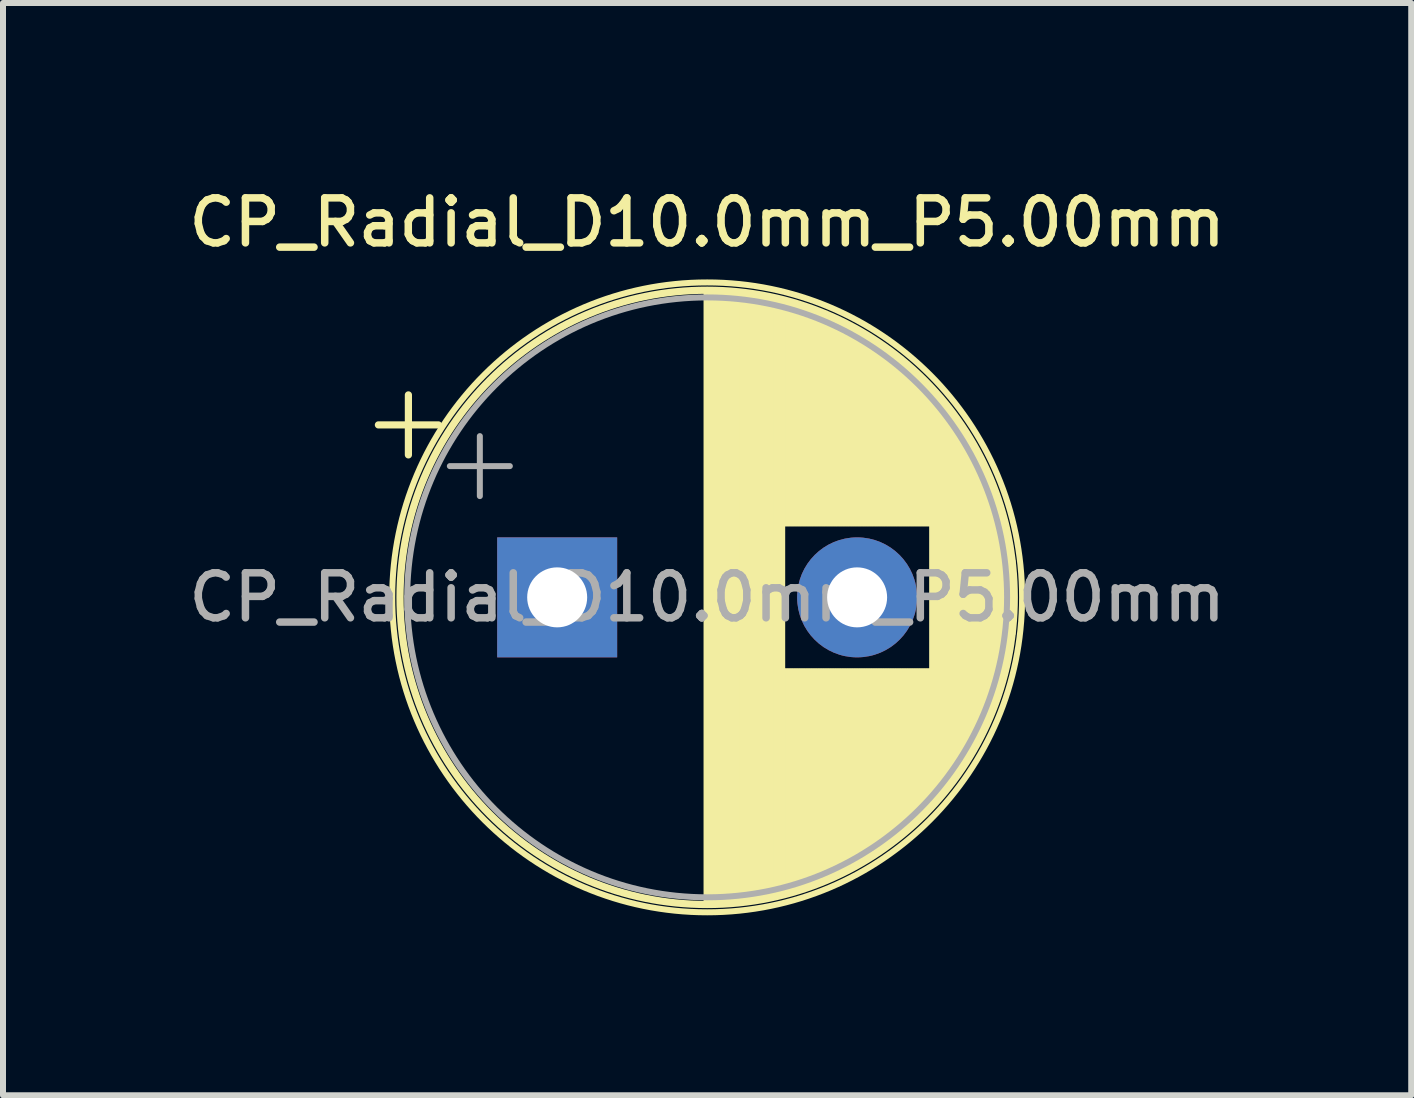
<source format=kicad_pcb>
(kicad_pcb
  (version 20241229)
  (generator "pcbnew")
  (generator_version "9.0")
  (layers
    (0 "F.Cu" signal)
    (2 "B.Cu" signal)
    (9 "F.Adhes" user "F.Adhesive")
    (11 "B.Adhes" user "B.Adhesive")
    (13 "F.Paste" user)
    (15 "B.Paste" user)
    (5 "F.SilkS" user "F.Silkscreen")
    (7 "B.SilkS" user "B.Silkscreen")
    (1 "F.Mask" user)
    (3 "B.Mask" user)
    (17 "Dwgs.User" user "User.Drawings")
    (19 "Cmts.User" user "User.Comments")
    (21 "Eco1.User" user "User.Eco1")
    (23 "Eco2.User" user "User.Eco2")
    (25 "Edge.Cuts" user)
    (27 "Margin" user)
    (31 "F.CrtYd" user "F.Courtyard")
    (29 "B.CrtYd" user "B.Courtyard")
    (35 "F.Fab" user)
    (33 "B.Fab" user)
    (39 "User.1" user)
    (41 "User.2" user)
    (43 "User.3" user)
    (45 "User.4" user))
  (footprint "CP_Radial_D10.0mm_P5.00mm"
    (layer "F.Cu")
    (at 6.238 6.908)
    (property "Reference" "CP_Radial_D10.0mm_P5.00mm" (at 2.5 -6.25 0) (layer "F.SilkS") (effects (font (size 0.75 0.75) (thickness 0.125))))
    (attr through_hole)
    (fp_line (start -2.98 -2.875) (end -1.98 -2.875) (stroke (width 0.12) (type solid)) (layer "F.SilkS"))
    (fp_line (start -2.48 -3.375) (end -2.48 -2.375) (stroke (width 0.12) (type solid)) (layer "F.SilkS"))
    (fp_line (start 2.5 -5.08) (end 2.5 5.08) (stroke (width 0.12) (type solid)) (layer "F.SilkS"))
    (fp_line (start 2.54 -5.08) (end 2.54 5.08) (stroke (width 0.12) (type solid)) (layer "F.SilkS"))
    (fp_line (start 2.58 -5.08) (end 2.58 5.08) (stroke (width 0.12) (type solid)) (layer "F.SilkS"))
    (fp_line (start 2.62 -5.079) (end 2.62 5.079) (stroke (width 0.12) (type solid)) (layer "F.SilkS"))
    (fp_line (start 2.66 -5.078) (end 2.66 5.078) (stroke (width 0.12) (type solid)) (layer "F.SilkS"))
    (fp_line (start 2.7 -5.077) (end 2.7 5.077) (stroke (width 0.12) (type solid)) (layer "F.SilkS"))
    (fp_line (start 2.74 -5.075) (end 2.74 5.075) (stroke (width 0.12) (type solid)) (layer "F.SilkS"))
    (fp_line (start 2.78 -5.073) (end 2.78 5.073) (stroke (width 0.12) (type solid)) (layer "F.SilkS"))
    (fp_line (start 2.82 -5.07) (end 2.82 5.07) (stroke (width 0.12) (type solid)) (layer "F.SilkS"))
    (fp_line (start 2.86 -5.068) (end 2.86 5.068) (stroke (width 0.12) (type solid)) (layer "F.SilkS"))
    (fp_line (start 2.9 -5.065) (end 2.9 5.065) (stroke (width 0.12) (type solid)) (layer "F.SilkS"))
    (fp_line (start 2.94 -5.062) (end 2.94 5.062) (stroke (width 0.12) (type solid)) (layer "F.SilkS"))
    (fp_line (start 2.98 -5.058) (end 2.98 5.058) (stroke (width 0.12) (type solid)) (layer "F.SilkS"))
    (fp_line (start 3.02 -5.054) (end 3.02 5.054) (stroke (width 0.12) (type solid)) (layer "F.SilkS"))
    (fp_line (start 3.06 -5.05) (end 3.06 5.05) (stroke (width 0.12) (type solid)) (layer "F.SilkS"))
    (fp_line (start 3.1 -5.045) (end 3.1 5.045) (stroke (width 0.12) (type solid)) (layer "F.SilkS"))
    (fp_line (start 3.14 -5.04) (end 3.14 5.04) (stroke (width 0.12) (type solid)) (layer "F.SilkS"))
    (fp_line (start 3.18 -5.035) (end 3.18 5.035) (stroke (width 0.12) (type solid)) (layer "F.SilkS"))
    (fp_line (start 3.221 -5.03) (end 3.221 5.03) (stroke (width 0.12) (type solid)) (layer "F.SilkS"))
    (fp_line (start 3.261 -5.024) (end 3.261 5.024) (stroke (width 0.12) (type solid)) (layer "F.SilkS"))
    (fp_line (start 3.301 -5.018) (end 3.301 5.018) (stroke (width 0.12) (type solid)) (layer "F.SilkS"))
    (fp_line (start 3.341 -5.011) (end 3.341 5.011) (stroke (width 0.12) (type solid)) (layer "F.SilkS"))
    (fp_line (start 3.381 -5.004) (end 3.381 5.004) (stroke (width 0.12) (type solid)) (layer "F.SilkS"))
    (fp_line (start 3.421 -4.997) (end 3.421 4.997) (stroke (width 0.12) (type solid)) (layer "F.SilkS"))
    (fp_line (start 3.461 -4.99) (end 3.461 4.99) (stroke (width 0.12) (type solid)) (layer "F.SilkS"))
    (fp_line (start 3.501 -4.982) (end 3.501 4.982) (stroke (width 0.12) (type solid)) (layer "F.SilkS"))
    (fp_line (start 3.541 -4.974) (end 3.541 4.974) (stroke (width 0.12) (type solid)) (layer "F.SilkS"))
    (fp_line (start 3.581 -4.965) (end 3.581 4.965) (stroke (width 0.12) (type solid)) (layer "F.SilkS"))
    (fp_line (start 3.621 -4.956) (end 3.621 4.956) (stroke (width 0.12) (type solid)) (layer "F.SilkS"))
    (fp_line (start 3.661 -4.947) (end 3.661 4.947) (stroke (width 0.12) (type solid)) (layer "F.SilkS"))
    (fp_line (start 3.701 -4.938) (end 3.701 4.938) (stroke (width 0.12) (type solid)) (layer "F.SilkS"))
    (fp_line (start 3.741 -4.928) (end 3.741 4.928) (stroke (width 0.12) (type solid)) (layer "F.SilkS"))
    (fp_line (start 3.781 -4.918) (end 3.781 -1.241) (stroke (width 0.12) (type solid)) (layer "F.SilkS"))
    (fp_line (start 3.781 1.241) (end 3.781 4.918) (stroke (width 0.12) (type solid)) (layer "F.SilkS"))
    (fp_line (start 3.821 -4.907) (end 3.821 -1.241) (stroke (width 0.12) (type solid)) (layer "F.SilkS"))
    (fp_line (start 3.821 1.241) (end 3.821 4.907) (stroke (width 0.12) (type solid)) (layer "F.SilkS"))
    (fp_line (start 3.861 -4.897) (end 3.861 -1.241) (stroke (width 0.12) (type solid)) (layer "F.SilkS"))
    (fp_line (start 3.861 1.241) (end 3.861 4.897) (stroke (width 0.12) (type solid)) (layer "F.SilkS"))
    (fp_line (start 3.901 -4.885) (end 3.901 -1.241) (stroke (width 0.12) (type solid)) (layer "F.SilkS"))
    (fp_line (start 3.901 1.241) (end 3.901 4.885) (stroke (width 0.12) (type solid)) (layer "F.SilkS"))
    (fp_line (start 3.941 -4.874) (end 3.941 -1.241) (stroke (width 0.12) (type solid)) (layer "F.SilkS"))
    (fp_line (start 3.941 1.241) (end 3.941 4.874) (stroke (width 0.12) (type solid)) (layer "F.SilkS"))
    (fp_line (start 3.981 -4.862) (end 3.981 -1.241) (stroke (width 0.12) (type solid)) (layer "F.SilkS"))
    (fp_line (start 3.981 1.241) (end 3.981 4.862) (stroke (width 0.12) (type solid)) (layer "F.SilkS"))
    (fp_line (start 4.021 -4.85) (end 4.021 -1.241) (stroke (width 0.12) (type solid)) (layer "F.SilkS"))
    (fp_line (start 4.021 1.241) (end 4.021 4.85) (stroke (width 0.12) (type solid)) (layer "F.SilkS"))
    (fp_line (start 4.061 -4.837) (end 4.061 -1.241) (stroke (width 0.12) (type solid)) (layer "F.SilkS"))
    (fp_line (start 4.061 1.241) (end 4.061 4.837) (stroke (width 0.12) (type solid)) (layer "F.SilkS"))
    (fp_line (start 4.101 -4.824) (end 4.101 -1.241) (stroke (width 0.12) (type solid)) (layer "F.SilkS"))
    (fp_line (start 4.101 1.241) (end 4.101 4.824) (stroke (width 0.12) (type solid)) (layer "F.SilkS"))
    (fp_line (start 4.141 -4.811) (end 4.141 -1.241) (stroke (width 0.12) (type solid)) (layer "F.SilkS"))
    (fp_line (start 4.141 1.241) (end 4.141 4.811) (stroke (width 0.12) (type solid)) (layer "F.SilkS"))
    (fp_line (start 4.181 -4.797) (end 4.181 -1.241) (stroke (width 0.12) (type solid)) (layer "F.SilkS"))
    (fp_line (start 4.181 1.241) (end 4.181 4.797) (stroke (width 0.12) (type solid)) (layer "F.SilkS"))
    (fp_line (start 4.221 -4.783) (end 4.221 -1.241) (stroke (width 0.12) (type solid)) (layer "F.SilkS"))
    (fp_line (start 4.221 1.241) (end 4.221 4.783) (stroke (width 0.12) (type solid)) (layer "F.SilkS"))
    (fp_line (start 4.261 -4.768) (end 4.261 -1.241) (stroke (width 0.12) (type solid)) (layer "F.SilkS"))
    (fp_line (start 4.261 1.241) (end 4.261 4.768) (stroke (width 0.12) (type solid)) (layer "F.SilkS"))
    (fp_line (start 4.301 -4.754) (end 4.301 -1.241) (stroke (width 0.12) (type solid)) (layer "F.SilkS"))
    (fp_line (start 4.301 1.241) (end 4.301 4.754) (stroke (width 0.12) (type solid)) (layer "F.SilkS"))
    (fp_line (start 4.341 -4.738) (end 4.341 -1.241) (stroke (width 0.12) (type solid)) (layer "F.SilkS"))
    (fp_line (start 4.341 1.241) (end 4.341 4.738) (stroke (width 0.12) (type solid)) (layer "F.SilkS"))
    (fp_line (start 4.381 -4.723) (end 4.381 -1.241) (stroke (width 0.12) (type solid)) (layer "F.SilkS"))
    (fp_line (start 4.381 1.241) (end 4.381 4.723) (stroke (width 0.12) (type solid)) (layer "F.SilkS"))
    (fp_line (start 4.421 -4.707) (end 4.421 -1.241) (stroke (width 0.12) (type solid)) (layer "F.SilkS"))
    (fp_line (start 4.421 1.241) (end 4.421 4.707) (stroke (width 0.12) (type solid)) (layer "F.SilkS"))
    (fp_line (start 4.461 -4.69) (end 4.461 -1.241) (stroke (width 0.12) (type solid)) (layer "F.SilkS"))
    (fp_line (start 4.461 1.241) (end 4.461 4.69) (stroke (width 0.12) (type solid)) (layer "F.SilkS"))
    (fp_line (start 4.501 -4.674) (end 4.501 -1.241) (stroke (width 0.12) (type solid)) (layer "F.SilkS"))
    (fp_line (start 4.501 1.241) (end 4.501 4.674) (stroke (width 0.12) (type solid)) (layer "F.SilkS"))
    (fp_line (start 4.541 -4.657) (end 4.541 -1.241) (stroke (width 0.12) (type solid)) (layer "F.SilkS"))
    (fp_line (start 4.541 1.241) (end 4.541 4.657) (stroke (width 0.12) (type solid)) (layer "F.SilkS"))
    (fp_line (start 4.581 -4.639) (end 4.581 -1.241) (stroke (width 0.12) (type solid)) (layer "F.SilkS"))
    (fp_line (start 4.581 1.241) (end 4.581 4.639) (stroke (width 0.12) (type solid)) (layer "F.SilkS"))
    (fp_line (start 4.621 -4.621) (end 4.621 -1.241) (stroke (width 0.12) (type solid)) (layer "F.SilkS"))
    (fp_line (start 4.621 1.241) (end 4.621 4.621) (stroke (width 0.12) (type solid)) (layer "F.SilkS"))
    (fp_line (start 4.661 -4.603) (end 4.661 -1.241) (stroke (width 0.12) (type solid)) (layer "F.SilkS"))
    (fp_line (start 4.661 1.241) (end 4.661 4.603) (stroke (width 0.12) (type solid)) (layer "F.SilkS"))
    (fp_line (start 4.701 -4.584) (end 4.701 -1.241) (stroke (width 0.12) (type solid)) (layer "F.SilkS"))
    (fp_line (start 4.701 1.241) (end 4.701 4.584) (stroke (width 0.12) (type solid)) (layer "F.SilkS"))
    (fp_line (start 4.741 -4.564) (end 4.741 -1.241) (stroke (width 0.12) (type solid)) (layer "F.SilkS"))
    (fp_line (start 4.741 1.241) (end 4.741 4.564) (stroke (width 0.12) (type solid)) (layer "F.SilkS"))
    (fp_line (start 4.781 -4.545) (end 4.781 -1.241) (stroke (width 0.12) (type solid)) (layer "F.SilkS"))
    (fp_line (start 4.781 1.241) (end 4.781 4.545) (stroke (width 0.12) (type solid)) (layer "F.SilkS"))
    (fp_line (start 4.821 -4.525) (end 4.821 -1.241) (stroke (width 0.12) (type solid)) (layer "F.SilkS"))
    (fp_line (start 4.821 1.241) (end 4.821 4.525) (stroke (width 0.12) (type solid)) (layer "F.SilkS"))
    (fp_line (start 4.861 -4.504) (end 4.861 -1.241) (stroke (width 0.12) (type solid)) (layer "F.SilkS"))
    (fp_line (start 4.861 1.241) (end 4.861 4.504) (stroke (width 0.12) (type solid)) (layer "F.SilkS"))
    (fp_line (start 4.901 -4.483) (end 4.901 -1.241) (stroke (width 0.12) (type solid)) (layer "F.SilkS"))
    (fp_line (start 4.901 1.241) (end 4.901 4.483) (stroke (width 0.12) (type solid)) (layer "F.SilkS"))
    (fp_line (start 4.941 -4.462) (end 4.941 -1.241) (stroke (width 0.12) (type solid)) (layer "F.SilkS"))
    (fp_line (start 4.941 1.241) (end 4.941 4.462) (stroke (width 0.12) (type solid)) (layer "F.SilkS"))
    (fp_line (start 4.981 -4.44) (end 4.981 -1.241) (stroke (width 0.12) (type solid)) (layer "F.SilkS"))
    (fp_line (start 4.981 1.241) (end 4.981 4.44) (stroke (width 0.12) (type solid)) (layer "F.SilkS"))
    (fp_line (start 5.021 -4.417) (end 5.021 -1.241) (stroke (width 0.12) (type solid)) (layer "F.SilkS"))
    (fp_line (start 5.021 1.241) (end 5.021 4.417) (stroke (width 0.12) (type solid)) (layer "F.SilkS"))
    (fp_line (start 5.061 -4.395) (end 5.061 -1.241) (stroke (width 0.12) (type solid)) (layer "F.SilkS"))
    (fp_line (start 5.061 1.241) (end 5.061 4.395) (stroke (width 0.12) (type solid)) (layer "F.SilkS"))
    (fp_line (start 5.101 -4.371) (end 5.101 -1.241) (stroke (width 0.12) (type solid)) (layer "F.SilkS"))
    (fp_line (start 5.101 1.241) (end 5.101 4.371) (stroke (width 0.12) (type solid)) (layer "F.SilkS"))
    (fp_line (start 5.141 -4.347) (end 5.141 -1.241) (stroke (width 0.12) (type solid)) (layer "F.SilkS"))
    (fp_line (start 5.141 1.241) (end 5.141 4.347) (stroke (width 0.12) (type solid)) (layer "F.SilkS"))
    (fp_line (start 5.181 -4.323) (end 5.181 -1.241) (stroke (width 0.12) (type solid)) (layer "F.SilkS"))
    (fp_line (start 5.181 1.241) (end 5.181 4.323) (stroke (width 0.12) (type solid)) (layer "F.SilkS"))
    (fp_line (start 5.221 -4.298) (end 5.221 -1.241) (stroke (width 0.12) (type solid)) (layer "F.SilkS"))
    (fp_line (start 5.221 1.241) (end 5.221 4.298) (stroke (width 0.12) (type solid)) (layer "F.SilkS"))
    (fp_line (start 5.261 -4.273) (end 5.261 -1.241) (stroke (width 0.12) (type solid)) (layer "F.SilkS"))
    (fp_line (start 5.261 1.241) (end 5.261 4.273) (stroke (width 0.12) (type solid)) (layer "F.SilkS"))
    (fp_line (start 5.301 -4.247) (end 5.301 -1.241) (stroke (width 0.12) (type solid)) (layer "F.SilkS"))
    (fp_line (start 5.301 1.241) (end 5.301 4.247) (stroke (width 0.12) (type solid)) (layer "F.SilkS"))
    (fp_line (start 5.341 -4.221) (end 5.341 -1.241) (stroke (width 0.12) (type solid)) (layer "F.SilkS"))
    (fp_line (start 5.341 1.241) (end 5.341 4.221) (stroke (width 0.12) (type solid)) (layer "F.SilkS"))
    (fp_line (start 5.381 -4.194) (end 5.381 -1.241) (stroke (width 0.12) (type solid)) (layer "F.SilkS"))
    (fp_line (start 5.381 1.241) (end 5.381 4.194) (stroke (width 0.12) (type solid)) (layer "F.SilkS"))
    (fp_line (start 5.421 -4.166) (end 5.421 -1.241) (stroke (width 0.12) (type solid)) (layer "F.SilkS"))
    (fp_line (start 5.421 1.241) (end 5.421 4.166) (stroke (width 0.12) (type solid)) (layer "F.SilkS"))
    (fp_line (start 5.461 -4.138) (end 5.461 -1.241) (stroke (width 0.12) (type solid)) (layer "F.SilkS"))
    (fp_line (start 5.461 1.241) (end 5.461 4.138) (stroke (width 0.12) (type solid)) (layer "F.SilkS"))
    (fp_line (start 5.501 -4.11) (end 5.501 -1.241) (stroke (width 0.12) (type solid)) (layer "F.SilkS"))
    (fp_line (start 5.501 1.241) (end 5.501 4.11) (stroke (width 0.12) (type solid)) (layer "F.SilkS"))
    (fp_line (start 5.541 -4.08) (end 5.541 -1.241) (stroke (width 0.12) (type solid)) (layer "F.SilkS"))
    (fp_line (start 5.541 1.241) (end 5.541 4.08) (stroke (width 0.12) (type solid)) (layer "F.SilkS"))
    (fp_line (start 5.581 -4.05) (end 5.581 -1.241) (stroke (width 0.12) (type solid)) (layer "F.SilkS"))
    (fp_line (start 5.581 1.241) (end 5.581 4.05) (stroke (width 0.12) (type solid)) (layer "F.SilkS"))
    (fp_line (start 5.621 -4.02) (end 5.621 -1.241) (stroke (width 0.12) (type solid)) (layer "F.SilkS"))
    (fp_line (start 5.621 1.241) (end 5.621 4.02) (stroke (width 0.12) (type solid)) (layer "F.SilkS"))
    (fp_line (start 5.661 -3.989) (end 5.661 -1.241) (stroke (width 0.12) (type solid)) (layer "F.SilkS"))
    (fp_line (start 5.661 1.241) (end 5.661 3.989) (stroke (width 0.12) (type solid)) (layer "F.SilkS"))
    (fp_line (start 5.701 -3.957) (end 5.701 -1.241) (stroke (width 0.12) (type solid)) (layer "F.SilkS"))
    (fp_line (start 5.701 1.241) (end 5.701 3.957) (stroke (width 0.12) (type solid)) (layer "F.SilkS"))
    (fp_line (start 5.741 -3.925) (end 5.741 -1.241) (stroke (width 0.12) (type solid)) (layer "F.SilkS"))
    (fp_line (start 5.741 1.241) (end 5.741 3.925) (stroke (width 0.12) (type solid)) (layer "F.SilkS"))
    (fp_line (start 5.781 -3.892) (end 5.781 -1.241) (stroke (width 0.12) (type solid)) (layer "F.SilkS"))
    (fp_line (start 5.781 1.241) (end 5.781 3.892) (stroke (width 0.12) (type solid)) (layer "F.SilkS"))
    (fp_line (start 5.821 -3.858) (end 5.821 -1.241) (stroke (width 0.12) (type solid)) (layer "F.SilkS"))
    (fp_line (start 5.821 1.241) (end 5.821 3.858) (stroke (width 0.12) (type solid)) (layer "F.SilkS"))
    (fp_line (start 5.861 -3.824) (end 5.861 -1.241) (stroke (width 0.12) (type solid)) (layer "F.SilkS"))
    (fp_line (start 5.861 1.241) (end 5.861 3.824) (stroke (width 0.12) (type solid)) (layer "F.SilkS"))
    (fp_line (start 5.901 -3.789) (end 5.901 -1.241) (stroke (width 0.12) (type solid)) (layer "F.SilkS"))
    (fp_line (start 5.901 1.241) (end 5.901 3.789) (stroke (width 0.12) (type solid)) (layer "F.SilkS"))
    (fp_line (start 5.941 -3.753) (end 5.941 -1.241) (stroke (width 0.12) (type solid)) (layer "F.SilkS"))
    (fp_line (start 5.941 1.241) (end 5.941 3.753) (stroke (width 0.12) (type solid)) (layer "F.SilkS"))
    (fp_line (start 5.981 -3.716) (end 5.981 -1.241) (stroke (width 0.12) (type solid)) (layer "F.SilkS"))
    (fp_line (start 5.981 1.241) (end 5.981 3.716) (stroke (width 0.12) (type solid)) (layer "F.SilkS"))
    (fp_line (start 6.021 -3.679) (end 6.021 -1.241) (stroke (width 0.12) (type solid)) (layer "F.SilkS"))
    (fp_line (start 6.021 1.241) (end 6.021 3.679) (stroke (width 0.12) (type solid)) (layer "F.SilkS"))
    (fp_line (start 6.061 -3.64) (end 6.061 -1.241) (stroke (width 0.12) (type solid)) (layer "F.SilkS"))
    (fp_line (start 6.061 1.241) (end 6.061 3.64) (stroke (width 0.12) (type solid)) (layer "F.SilkS"))
    (fp_line (start 6.101 -3.601) (end 6.101 -1.241) (stroke (width 0.12) (type solid)) (layer "F.SilkS"))
    (fp_line (start 6.101 1.241) (end 6.101 3.601) (stroke (width 0.12) (type solid)) (layer "F.SilkS"))
    (fp_line (start 6.141 -3.561) (end 6.141 -1.241) (stroke (width 0.12) (type solid)) (layer "F.SilkS"))
    (fp_line (start 6.141 1.241) (end 6.141 3.561) (stroke (width 0.12) (type solid)) (layer "F.SilkS"))
    (fp_line (start 6.181 -3.52) (end 6.181 -1.241) (stroke (width 0.12) (type solid)) (layer "F.SilkS"))
    (fp_line (start 6.181 1.241) (end 6.181 3.52) (stroke (width 0.12) (type solid)) (layer "F.SilkS"))
    (fp_line (start 6.221 -3.478) (end 6.221 -1.241) (stroke (width 0.12) (type solid)) (layer "F.SilkS"))
    (fp_line (start 6.221 1.241) (end 6.221 3.478) (stroke (width 0.12) (type solid)) (layer "F.SilkS"))
    (fp_line (start 6.261 -3.436) (end 6.261 3.436) (stroke (width 0.12) (type solid)) (layer "F.SilkS"))
    (fp_line (start 6.301 -3.392) (end 6.301 3.392) (stroke (width 0.12) (type solid)) (layer "F.SilkS"))
    (fp_line (start 6.341 -3.347) (end 6.341 3.347) (stroke (width 0.12) (type solid)) (layer "F.SilkS"))
    (fp_line (start 6.381 -3.301) (end 6.381 3.301) (stroke (width 0.12) (type solid)) (layer "F.SilkS"))
    (fp_line (start 6.421 -3.254) (end 6.421 3.254) (stroke (width 0.12) (type solid)) (layer "F.SilkS"))
    (fp_line (start 6.461 -3.206) (end 6.461 3.206) (stroke (width 0.12) (type solid)) (layer "F.SilkS"))
    (fp_line (start 6.501 -3.156) (end 6.501 3.156) (stroke (width 0.12) (type solid)) (layer "F.SilkS"))
    (fp_line (start 6.541 -3.106) (end 6.541 3.106) (stroke (width 0.12) (type solid)) (layer "F.SilkS"))
    (fp_line (start 6.581 -3.054) (end 6.581 3.054) (stroke (width 0.12) (type solid)) (layer "F.SilkS"))
    (fp_line (start 6.621 -3) (end 6.621 3) (stroke (width 0.12) (type solid)) (layer "F.SilkS"))
    (fp_line (start 6.661 -2.945) (end 6.661 2.945) (stroke (width 0.12) (type solid)) (layer "F.SilkS"))
    (fp_line (start 6.701 -2.889) (end 6.701 2.889) (stroke (width 0.12) (type solid)) (layer "F.SilkS"))
    (fp_line (start 6.741 -2.83) (end 6.741 2.83) (stroke (width 0.12) (type solid)) (layer "F.SilkS"))
    (fp_line (start 6.781 -2.77) (end 6.781 2.77) (stroke (width 0.12) (type solid)) (layer "F.SilkS"))
    (fp_line (start 6.821 -2.709) (end 6.821 2.709) (stroke (width 0.12) (type solid)) (layer "F.SilkS"))
    (fp_line (start 6.861 -2.645) (end 6.861 2.645) (stroke (width 0.12) (type solid)) (layer "F.SilkS"))
    (fp_line (start 6.901 -2.579) (end 6.901 2.579) (stroke (width 0.12) (type solid)) (layer "F.SilkS"))
    (fp_line (start 6.941 -2.51) (end 6.941 2.51) (stroke (width 0.12) (type solid)) (layer "F.SilkS"))
    (fp_line (start 6.981 -2.439) (end 6.981 2.439) (stroke (width 0.12) (type solid)) (layer "F.SilkS"))
    (fp_line (start 7.021 -2.365) (end 7.021 2.365) (stroke (width 0.12) (type solid)) (layer "F.SilkS"))
    (fp_line (start 7.061 -2.289) (end 7.061 2.289) (stroke (width 0.12) (type solid)) (layer "F.SilkS"))
    (fp_line (start 7.101 -2.209) (end 7.101 2.209) (stroke (width 0.12) (type solid)) (layer "F.SilkS"))
    (fp_line (start 7.141 -2.125) (end 7.141 2.125) (stroke (width 0.12) (type solid)) (layer "F.SilkS"))
    (fp_line (start 7.181 -2.037) (end 7.181 2.037) (stroke (width 0.12) (type solid)) (layer "F.SilkS"))
    (fp_line (start 7.221 -1.944) (end 7.221 1.944) (stroke (width 0.12) (type solid)) (layer "F.SilkS"))
    (fp_line (start 7.261 -1.846) (end 7.261 1.846) (stroke (width 0.12) (type solid)) (layer "F.SilkS"))
    (fp_line (start 7.301 -1.742) (end 7.301 1.742) (stroke (width 0.12) (type solid)) (layer "F.SilkS"))
    (fp_line (start 7.341 -1.63) (end 7.341 1.63) (stroke (width 0.12) (type solid)) (layer "F.SilkS"))
    (fp_line (start 7.381 -1.51) (end 7.381 1.51) (stroke (width 0.12) (type solid)) (layer "F.SilkS"))
    (fp_line (start 7.421 -1.378) (end 7.421 1.378) (stroke (width 0.12) (type solid)) (layer "F.SilkS"))
    (fp_line (start 7.461 -1.23) (end 7.461 1.23) (stroke (width 0.12) (type solid)) (layer "F.SilkS"))
    (fp_line (start 7.501 -1.062) (end 7.501 1.062) (stroke (width 0.12) (type solid)) (layer "F.SilkS"))
    (fp_line (start 7.541 -0.862) (end 7.541 0.862) (stroke (width 0.12) (type solid)) (layer "F.SilkS"))
    (fp_line (start 7.581 -0.599) (end 7.581 0.599) (stroke (width 0.12) (type solid)) (layer "F.SilkS"))
    (fp_circle (center 2.5 0) (end 7.62 0) (stroke (width 0.12) (type solid)) (fill no) (layer "F.SilkS"))
    (fp_circle (center 2.5 0) (end 7.75 0) (stroke (width 0.1) (type solid)) (fill no) (layer "F.SilkS"))
    (fp_line (start -1.789 -2.188) (end -0.789 -2.188) (stroke (width 0.1) (type solid)) (layer "F.Fab"))
    (fp_line (start -1.289 -2.688) (end -1.289 -1.688) (stroke (width 0.1) (type solid)) (layer "F.Fab"))
    (fp_circle (center 2.5 0) (end 7.5 0) (stroke (width 0.1) (type solid)) (fill no) (layer "F.Fab"))
    (fp_text user "${REFERENCE}" (at 2.5 0 0) (layer "F.Fab") (effects (font (size 0.75 0.75) (thickness 0.125))))
    (pad "1" thru_hole rect (at 0 0) (size 2 2) (drill 1) (layers "*.Cu" "*.Mask"))
    (pad "2" thru_hole circle (at 5 0) (size 2 2) (drill 1) (layers "*.Cu" "*.Mask")))
  (gr_rect
    (start -3 -3)
    (end 20.475 15.208)
    (stroke (width 0.1) (type default))
    (fill no)
    (layer "Edge.Cuts")))
</source>
